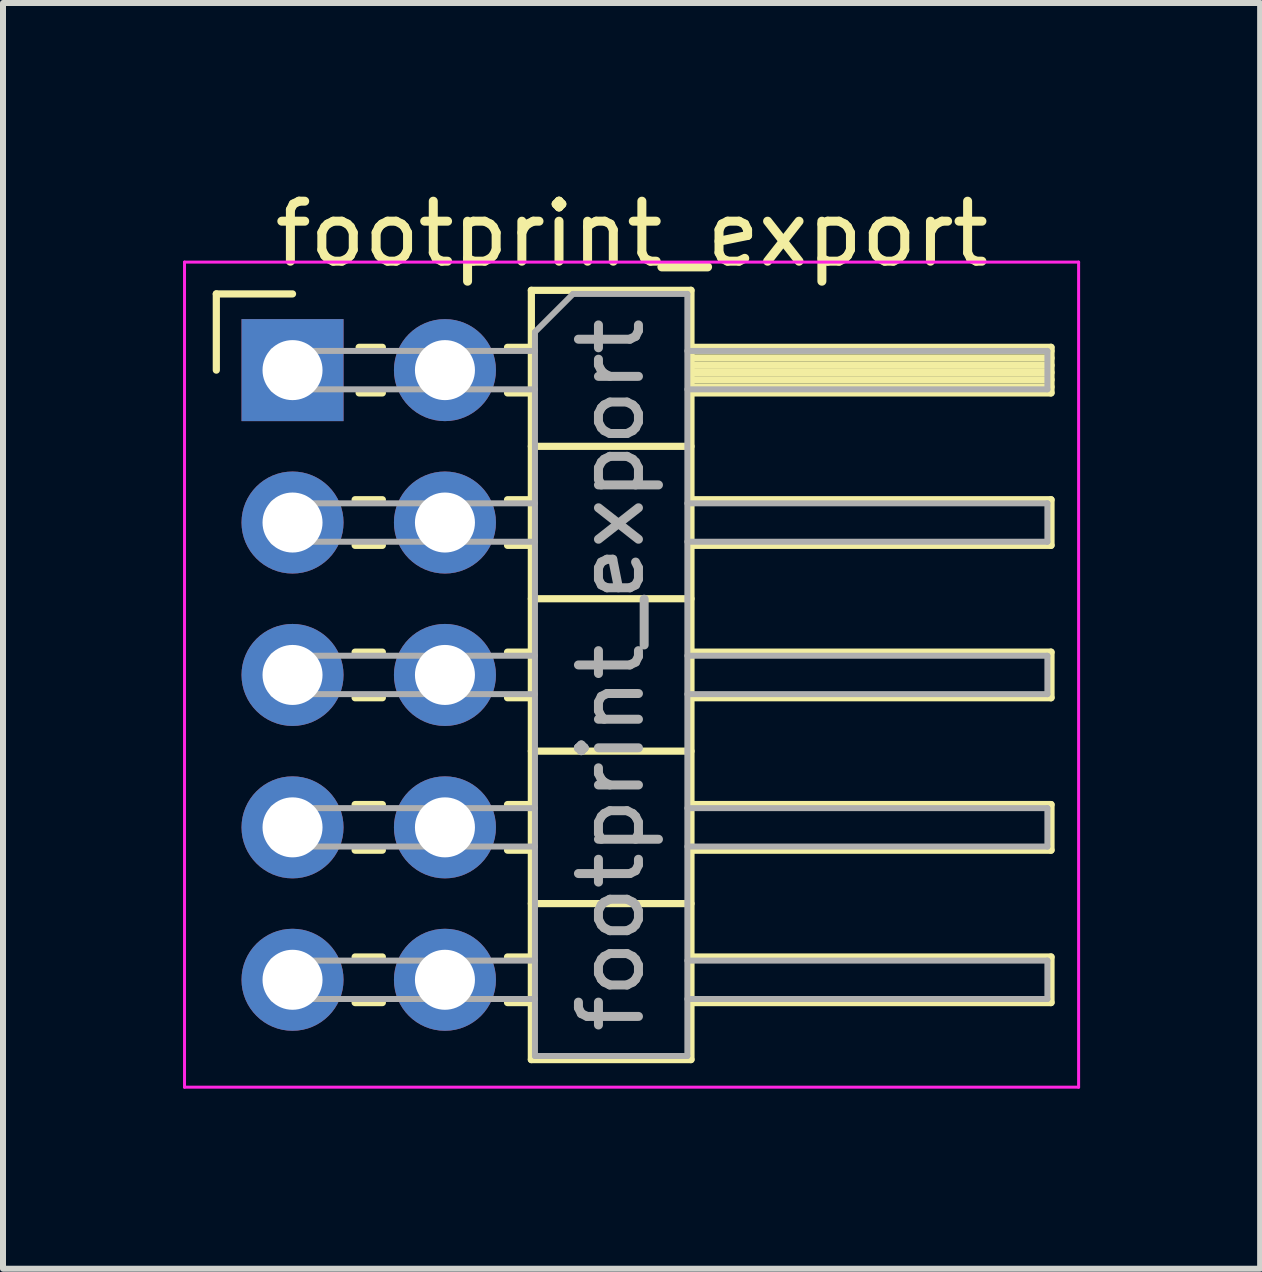
<source format=kicad_pcb>
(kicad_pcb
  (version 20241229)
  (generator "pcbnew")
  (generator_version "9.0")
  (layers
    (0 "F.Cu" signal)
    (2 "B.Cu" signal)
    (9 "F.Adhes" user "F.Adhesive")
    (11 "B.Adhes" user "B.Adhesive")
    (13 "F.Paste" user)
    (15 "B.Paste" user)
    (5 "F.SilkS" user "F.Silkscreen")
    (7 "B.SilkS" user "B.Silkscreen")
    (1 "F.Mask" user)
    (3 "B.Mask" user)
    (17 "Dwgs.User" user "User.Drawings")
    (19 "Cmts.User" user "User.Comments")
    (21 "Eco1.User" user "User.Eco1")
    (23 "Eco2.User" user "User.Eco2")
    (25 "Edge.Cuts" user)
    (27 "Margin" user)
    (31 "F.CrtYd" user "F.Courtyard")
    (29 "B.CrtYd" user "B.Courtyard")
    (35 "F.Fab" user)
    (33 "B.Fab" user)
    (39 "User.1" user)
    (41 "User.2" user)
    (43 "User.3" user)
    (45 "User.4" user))
  (footprint "footprint_export"
    (layer "F.Cu")
    (at 1.825 3.118)
    (property "Reference" "footprint_export" (at 5.655 -2.27 0) (layer "F.SilkS") (effects (font (size 1 1) (thickness 0.15))))
    (attr through_hole)
    (fp_line (start -1.27 -1.27) (end 0 -1.27) (stroke (width 0.12) (type solid)) (layer "F.SilkS"))
    (fp_line (start -1.27 0) (end -1.27 -1.27) (stroke (width 0.12) (type solid)) (layer "F.SilkS"))
    (fp_line (start 1.043 2.16) (end 1.497 2.16) (stroke (width 0.12) (type solid)) (layer "F.SilkS"))
    (fp_line (start 1.043 2.92) (end 1.497 2.92) (stroke (width 0.12) (type solid)) (layer "F.SilkS"))
    (fp_line (start 1.043 4.7) (end 1.497 4.7) (stroke (width 0.12) (type solid)) (layer "F.SilkS"))
    (fp_line (start 1.043 5.46) (end 1.497 5.46) (stroke (width 0.12) (type solid)) (layer "F.SilkS"))
    (fp_line (start 1.043 7.24) (end 1.497 7.24) (stroke (width 0.12) (type solid)) (layer "F.SilkS"))
    (fp_line (start 1.043 8) (end 1.497 8) (stroke (width 0.12) (type solid)) (layer "F.SilkS"))
    (fp_line (start 1.043 9.78) (end 1.497 9.78) (stroke (width 0.12) (type solid)) (layer "F.SilkS"))
    (fp_line (start 1.043 10.54) (end 1.497 10.54) (stroke (width 0.12) (type solid)) (layer "F.SilkS"))
    (fp_line (start 1.11 -0.38) (end 1.497 -0.38) (stroke (width 0.12) (type solid)) (layer "F.SilkS"))
    (fp_line (start 1.11 0.38) (end 1.497 0.38) (stroke (width 0.12) (type solid)) (layer "F.SilkS"))
    (fp_line (start 3.583 -0.38) (end 3.98 -0.38) (stroke (width 0.12) (type solid)) (layer "F.SilkS"))
    (fp_line (start 3.583 0.38) (end 3.98 0.38) (stroke (width 0.12) (type solid)) (layer "F.SilkS"))
    (fp_line (start 3.583 2.16) (end 3.98 2.16) (stroke (width 0.12) (type solid)) (layer "F.SilkS"))
    (fp_line (start 3.583 2.92) (end 3.98 2.92) (stroke (width 0.12) (type solid)) (layer "F.SilkS"))
    (fp_line (start 3.583 4.7) (end 3.98 4.7) (stroke (width 0.12) (type solid)) (layer "F.SilkS"))
    (fp_line (start 3.583 5.46) (end 3.98 5.46) (stroke (width 0.12) (type solid)) (layer "F.SilkS"))
    (fp_line (start 3.583 7.24) (end 3.98 7.24) (stroke (width 0.12) (type solid)) (layer "F.SilkS"))
    (fp_line (start 3.583 8) (end 3.98 8) (stroke (width 0.12) (type solid)) (layer "F.SilkS"))
    (fp_line (start 3.583 9.78) (end 3.98 9.78) (stroke (width 0.12) (type solid)) (layer "F.SilkS"))
    (fp_line (start 3.583 10.54) (end 3.98 10.54) (stroke (width 0.12) (type solid)) (layer "F.SilkS"))
    (fp_line (start 3.98 -1.33) (end 3.98 11.49) (stroke (width 0.12) (type solid)) (layer "F.SilkS"))
    (fp_line (start 3.98 1.27) (end 6.64 1.27) (stroke (width 0.12) (type solid)) (layer "F.SilkS"))
    (fp_line (start 3.98 3.81) (end 6.64 3.81) (stroke (width 0.12) (type solid)) (layer "F.SilkS"))
    (fp_line (start 3.98 6.35) (end 6.64 6.35) (stroke (width 0.12) (type solid)) (layer "F.SilkS"))
    (fp_line (start 3.98 8.89) (end 6.64 8.89) (stroke (width 0.12) (type solid)) (layer "F.SilkS"))
    (fp_line (start 3.98 11.49) (end 6.64 11.49) (stroke (width 0.12) (type solid)) (layer "F.SilkS"))
    (fp_line (start 6.64 -1.33) (end 3.98 -1.33) (stroke (width 0.12) (type solid)) (layer "F.SilkS"))
    (fp_line (start 6.64 -0.38) (end 12.64 -0.38) (stroke (width 0.12) (type solid)) (layer "F.SilkS"))
    (fp_line (start 6.64 -0.32) (end 12.64 -0.32) (stroke (width 0.12) (type solid)) (layer "F.SilkS"))
    (fp_line (start 6.64 -0.2) (end 12.64 -0.2) (stroke (width 0.12) (type solid)) (layer "F.SilkS"))
    (fp_line (start 6.64 -0.08) (end 12.64 -0.08) (stroke (width 0.12) (type solid)) (layer "F.SilkS"))
    (fp_line (start 6.64 0.04) (end 12.64 0.04) (stroke (width 0.12) (type solid)) (layer "F.SilkS"))
    (fp_line (start 6.64 0.16) (end 12.64 0.16) (stroke (width 0.12) (type solid)) (layer "F.SilkS"))
    (fp_line (start 6.64 0.28) (end 12.64 0.28) (stroke (width 0.12) (type solid)) (layer "F.SilkS"))
    (fp_line (start 6.64 2.16) (end 12.64 2.16) (stroke (width 0.12) (type solid)) (layer "F.SilkS"))
    (fp_line (start 6.64 4.7) (end 12.64 4.7) (stroke (width 0.12) (type solid)) (layer "F.SilkS"))
    (fp_line (start 6.64 7.24) (end 12.64 7.24) (stroke (width 0.12) (type solid)) (layer "F.SilkS"))
    (fp_line (start 6.64 9.78) (end 12.64 9.78) (stroke (width 0.12) (type solid)) (layer "F.SilkS"))
    (fp_line (start 6.64 11.49) (end 6.64 -1.33) (stroke (width 0.12) (type solid)) (layer "F.SilkS"))
    (fp_line (start 12.64 -0.38) (end 12.64 0.38) (stroke (width 0.12) (type solid)) (layer "F.SilkS"))
    (fp_line (start 12.64 0.38) (end 6.64 0.38) (stroke (width 0.12) (type solid)) (layer "F.SilkS"))
    (fp_line (start 12.64 2.16) (end 12.64 2.92) (stroke (width 0.12) (type solid)) (layer "F.SilkS"))
    (fp_line (start 12.64 2.92) (end 6.64 2.92) (stroke (width 0.12) (type solid)) (layer "F.SilkS"))
    (fp_line (start 12.64 4.7) (end 12.64 5.46) (stroke (width 0.12) (type solid)) (layer "F.SilkS"))
    (fp_line (start 12.64 5.46) (end 6.64 5.46) (stroke (width 0.12) (type solid)) (layer "F.SilkS"))
    (fp_line (start 12.64 7.24) (end 12.64 8) (stroke (width 0.12) (type solid)) (layer "F.SilkS"))
    (fp_line (start 12.64 8) (end 6.64 8) (stroke (width 0.12) (type solid)) (layer "F.SilkS"))
    (fp_line (start 12.64 9.78) (end 12.64 10.54) (stroke (width 0.12) (type solid)) (layer "F.SilkS"))
    (fp_line (start 12.64 10.54) (end 6.64 10.54) (stroke (width 0.12) (type solid)) (layer "F.SilkS"))
    (fp_line (start -1.8 -1.8) (end -1.8 11.95) (stroke (width 0.05) (type solid)) (layer "F.CrtYd"))
    (fp_line (start -1.8 11.95) (end 13.1 11.95) (stroke (width 0.05) (type solid)) (layer "F.CrtYd"))
    (fp_line (start 13.1 -1.8) (end -1.8 -1.8) (stroke (width 0.05) (type solid)) (layer "F.CrtYd"))
    (fp_line (start 13.1 11.95) (end 13.1 -1.8) (stroke (width 0.05) (type solid)) (layer "F.CrtYd"))
    (fp_line (start -0.32 -0.32) (end -0.32 0.32) (stroke (width 0.1) (type solid)) (layer "F.Fab"))
    (fp_line (start -0.32 -0.32) (end 4.04 -0.32) (stroke (width 0.1) (type solid)) (layer "F.Fab"))
    (fp_line (start -0.32 0.32) (end 4.04 0.32) (stroke (width 0.1) (type solid)) (layer "F.Fab"))
    (fp_line (start -0.32 2.22) (end -0.32 2.86) (stroke (width 0.1) (type solid)) (layer "F.Fab"))
    (fp_line (start -0.32 2.22) (end 4.04 2.22) (stroke (width 0.1) (type solid)) (layer "F.Fab"))
    (fp_line (start -0.32 2.86) (end 4.04 2.86) (stroke (width 0.1) (type solid)) (layer "F.Fab"))
    (fp_line (start -0.32 4.76) (end -0.32 5.4) (stroke (width 0.1) (type solid)) (layer "F.Fab"))
    (fp_line (start -0.32 4.76) (end 4.04 4.76) (stroke (width 0.1) (type solid)) (layer "F.Fab"))
    (fp_line (start -0.32 5.4) (end 4.04 5.4) (stroke (width 0.1) (type solid)) (layer "F.Fab"))
    (fp_line (start -0.32 7.3) (end -0.32 7.94) (stroke (width 0.1) (type solid)) (layer "F.Fab"))
    (fp_line (start -0.32 7.3) (end 4.04 7.3) (stroke (width 0.1) (type solid)) (layer "F.Fab"))
    (fp_line (start -0.32 7.94) (end 4.04 7.94) (stroke (width 0.1) (type solid)) (layer "F.Fab"))
    (fp_line (start -0.32 9.84) (end -0.32 10.48) (stroke (width 0.1) (type solid)) (layer "F.Fab"))
    (fp_line (start -0.32 9.84) (end 4.04 9.84) (stroke (width 0.1) (type solid)) (layer "F.Fab"))
    (fp_line (start -0.32 10.48) (end 4.04 10.48) (stroke (width 0.1) (type solid)) (layer "F.Fab"))
    (fp_line (start 4.04 -0.635) (end 4.675 -1.27) (stroke (width 0.1) (type solid)) (layer "F.Fab"))
    (fp_line (start 4.04 11.43) (end 4.04 -0.635) (stroke (width 0.1) (type solid)) (layer "F.Fab"))
    (fp_line (start 4.675 -1.27) (end 6.58 -1.27) (stroke (width 0.1) (type solid)) (layer "F.Fab"))
    (fp_line (start 6.58 -1.27) (end 6.58 11.43) (stroke (width 0.1) (type solid)) (layer "F.Fab"))
    (fp_line (start 6.58 -0.32) (end 12.58 -0.32) (stroke (width 0.1) (type solid)) (layer "F.Fab"))
    (fp_line (start 6.58 0.32) (end 12.58 0.32) (stroke (width 0.1) (type solid)) (layer "F.Fab"))
    (fp_line (start 6.58 2.22) (end 12.58 2.22) (stroke (width 0.1) (type solid)) (layer "F.Fab"))
    (fp_line (start 6.58 2.86) (end 12.58 2.86) (stroke (width 0.1) (type solid)) (layer "F.Fab"))
    (fp_line (start 6.58 4.76) (end 12.58 4.76) (stroke (width 0.1) (type solid)) (layer "F.Fab"))
    (fp_line (start 6.58 5.4) (end 12.58 5.4) (stroke (width 0.1) (type solid)) (layer "F.Fab"))
    (fp_line (start 6.58 7.3) (end 12.58 7.3) (stroke (width 0.1) (type solid)) (layer "F.Fab"))
    (fp_line (start 6.58 7.94) (end 12.58 7.94) (stroke (width 0.1) (type solid)) (layer "F.Fab"))
    (fp_line (start 6.58 9.84) (end 12.58 9.84) (stroke (width 0.1) (type solid)) (layer "F.Fab"))
    (fp_line (start 6.58 10.48) (end 12.58 10.48) (stroke (width 0.1) (type solid)) (layer "F.Fab"))
    (fp_line (start 6.58 11.43) (end 4.04 11.43) (stroke (width 0.1) (type solid)) (layer "F.Fab"))
    (fp_line (start 12.58 -0.32) (end 12.58 0.32) (stroke (width 0.1) (type solid)) (layer "F.Fab"))
    (fp_line (start 12.58 2.22) (end 12.58 2.86) (stroke (width 0.1) (type solid)) (layer "F.Fab"))
    (fp_line (start 12.58 4.76) (end 12.58 5.4) (stroke (width 0.1) (type solid)) (layer "F.Fab"))
    (fp_line (start 12.58 7.3) (end 12.58 7.94) (stroke (width 0.1) (type solid)) (layer "F.Fab"))
    (fp_line (start 12.58 9.84) (end 12.58 10.48) (stroke (width 0.1) (type solid)) (layer "F.Fab"))
    (fp_text user "${REFERENCE}" (at 5.31 5.08 90) (layer "F.Fab") (effects (font (size 1 1) (thickness 0.15))))
    (pad "1" thru_hole rect (at 0 0) (size 1.7 1.7) (drill 1) (layers "*.Cu" "*.Mask"))
    (pad "2" thru_hole oval (at 2.54 0) (size 1.7 1.7) (drill 1) (layers "*.Cu" "*.Mask"))
    (pad "3" thru_hole oval (at 0 2.54) (size 1.7 1.7) (drill 1) (layers "*.Cu" "*.Mask"))
    (pad "4" thru_hole oval (at 2.54 2.54) (size 1.7 1.7) (drill 1) (layers "*.Cu" "*.Mask"))
    (pad "5" thru_hole oval (at 0 5.08) (size 1.7 1.7) (drill 1) (layers "*.Cu" "*.Mask"))
    (pad "6" thru_hole oval (at 2.54 5.08) (size 1.7 1.7) (drill 1) (layers "*.Cu" "*.Mask"))
    (pad "7" thru_hole oval (at 0 7.62) (size 1.7 1.7) (drill 1) (layers "*.Cu" "*.Mask"))
    (pad "8" thru_hole oval (at 2.54 7.62) (size 1.7 1.7) (drill 1) (layers "*.Cu" "*.Mask"))
    (pad "9" thru_hole oval (at 0 10.16) (size 1.7 1.7) (drill 1) (layers "*.Cu" "*.Mask"))
    (pad "10" thru_hole oval (at 2.54 10.16) (size 1.7 1.7) (drill 1) (layers "*.Cu" "*.Mask")))
  (gr_rect
    (start -3 -3)
    (end 17.95 18.093)
    (stroke (width 0.1) (type default))
    (fill no)
    (layer "Edge.Cuts")))
</source>
